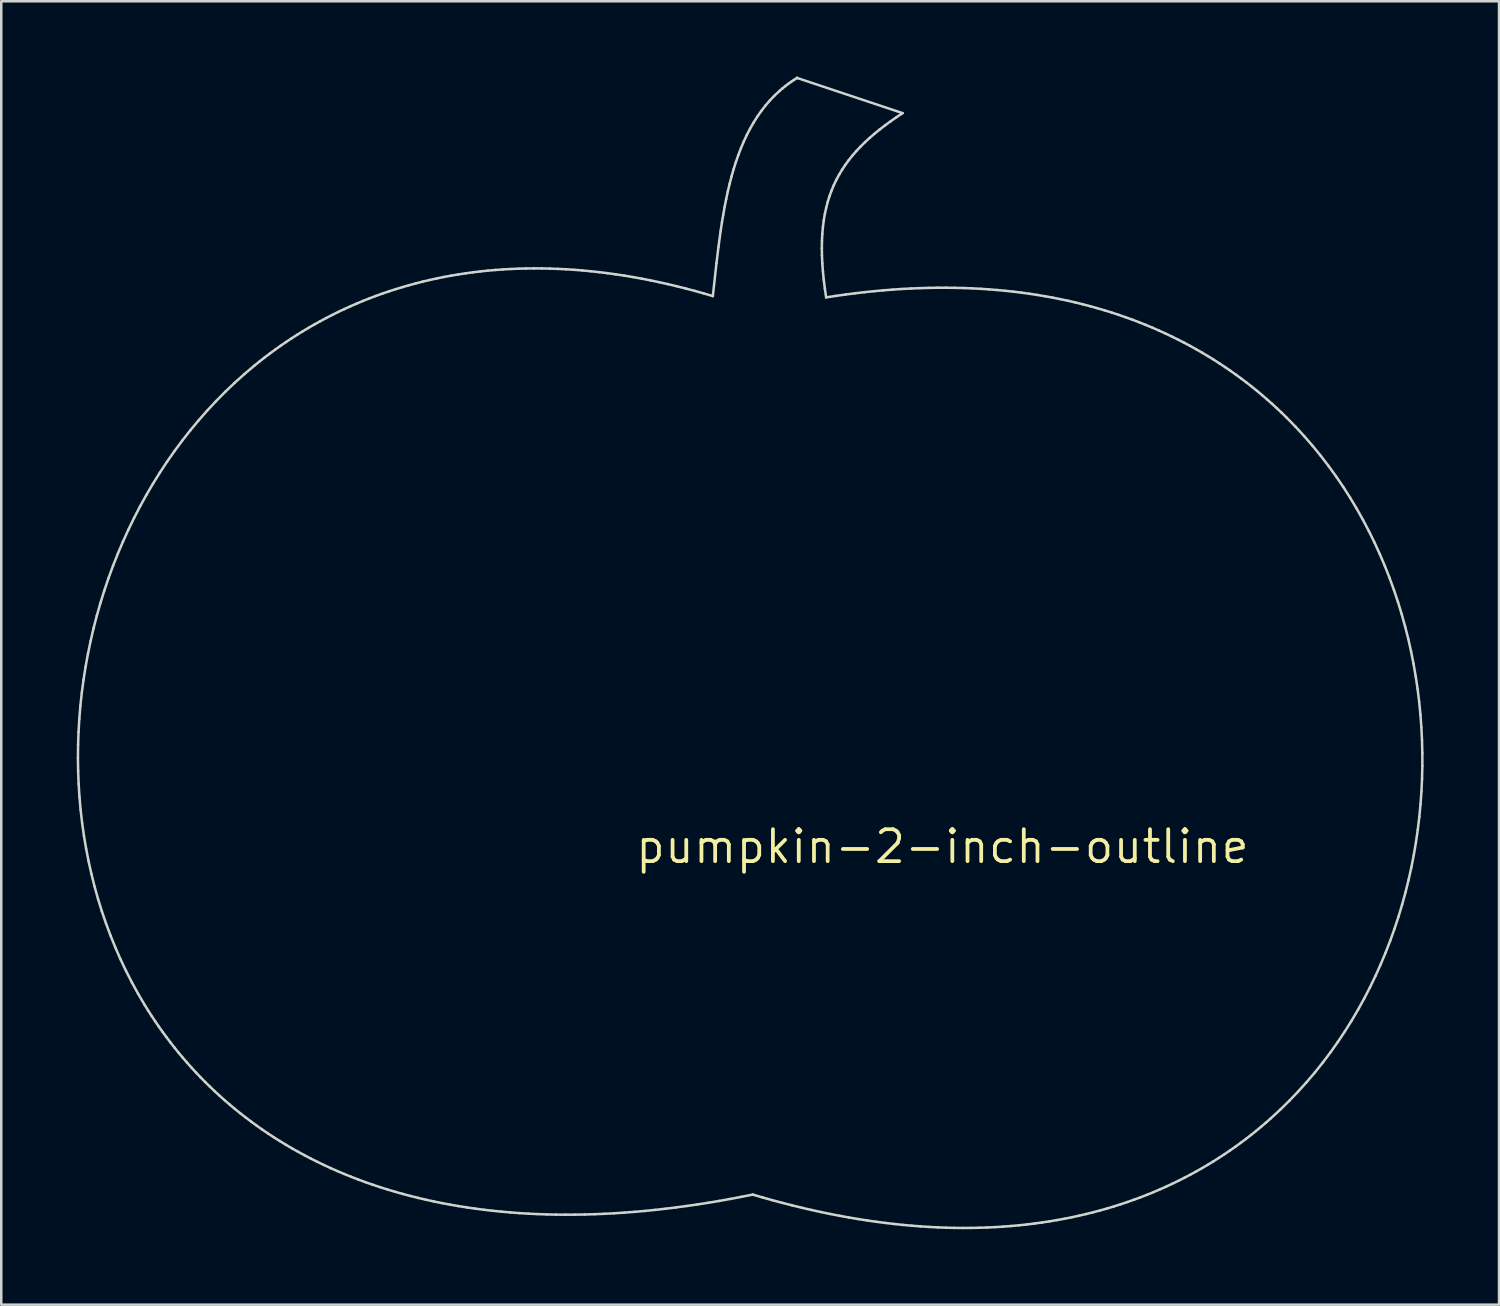
<source format=kicad_pcb>
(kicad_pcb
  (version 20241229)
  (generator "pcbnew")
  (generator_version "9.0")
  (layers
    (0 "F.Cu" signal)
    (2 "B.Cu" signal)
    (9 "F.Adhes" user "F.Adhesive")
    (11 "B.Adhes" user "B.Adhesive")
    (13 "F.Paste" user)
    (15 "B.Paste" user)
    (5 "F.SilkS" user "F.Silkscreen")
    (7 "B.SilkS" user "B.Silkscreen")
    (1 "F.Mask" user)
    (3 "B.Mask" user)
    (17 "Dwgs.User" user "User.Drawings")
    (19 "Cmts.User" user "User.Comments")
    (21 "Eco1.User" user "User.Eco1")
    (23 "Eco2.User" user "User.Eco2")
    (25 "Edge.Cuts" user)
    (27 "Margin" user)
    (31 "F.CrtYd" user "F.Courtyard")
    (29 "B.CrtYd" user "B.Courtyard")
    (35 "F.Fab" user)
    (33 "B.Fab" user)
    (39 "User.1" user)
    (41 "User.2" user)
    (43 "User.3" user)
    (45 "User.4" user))
  (footprint "pumpkin-2-inch-outline"
    (layer "F.Cu")
    (at 34.437 30.623)
    (property "Reference" "pumpkin-2-inch-outline" (at 0 0 0) (layer "F.SilkS") (effects (font (size 1.27 1.27) (thickness 0.15))))
    (attr through_hole)
    (fp_line (start -34.387 -3.527) (end -34.379 -3.008) (stroke (width 0.1) (type solid)) (layer "Edge.Cuts"))
    (fp_line (start -34.381 -4.047) (end -34.387 -3.527) (stroke (width 0.1) (type solid)) (layer "Edge.Cuts"))
    (fp_line (start -34.379 -3.008) (end -34.359 -2.49) (stroke (width 0.1) (type solid)) (layer "Edge.Cuts"))
    (fp_line (start -34.363 -4.566) (end -34.381 -4.047) (stroke (width 0.1) (type solid)) (layer "Edge.Cuts"))
    (fp_line (start -34.359 -2.49) (end -34.326 -1.973) (stroke (width 0.1) (type solid)) (layer "Edge.Cuts"))
    (fp_line (start -34.332 -5.085) (end -34.363 -4.566) (stroke (width 0.1) (type solid)) (layer "Edge.Cuts"))
    (fp_line (start -34.326 -1.973) (end -34.28 -1.458) (stroke (width 0.1) (type solid)) (layer "Edge.Cuts"))
    (fp_line (start -34.289 -5.604) (end -34.332 -5.085) (stroke (width 0.1) (type solid)) (layer "Edge.Cuts"))
    (fp_line (start -34.28 -1.458) (end -34.221 -0.944) (stroke (width 0.1) (type solid)) (layer "Edge.Cuts"))
    (fp_line (start -34.233 -6.122) (end -34.289 -5.604) (stroke (width 0.1) (type solid)) (layer "Edge.Cuts"))
    (fp_line (start -34.221 -0.944) (end -34.148 -0.433) (stroke (width 0.1) (type solid)) (layer "Edge.Cuts"))
    (fp_line (start -34.164 -6.638) (end -34.233 -6.122) (stroke (width 0.1) (type solid)) (layer "Edge.Cuts"))
    (fp_line (start -34.148 -0.433) (end -34.063 0.076) (stroke (width 0.1) (type solid)) (layer "Edge.Cuts"))
    (fp_line (start -34.083 -7.152) (end -34.164 -6.638) (stroke (width 0.1) (type solid)) (layer "Edge.Cuts"))
    (fp_line (start -34.063 0.076) (end -33.964 0.582) (stroke (width 0.1) (type solid)) (layer "Edge.Cuts"))
    (fp_line (start -33.989 -7.665) (end -34.083 -7.152) (stroke (width 0.1) (type solid)) (layer "Edge.Cuts"))
    (fp_line (start -33.964 0.582) (end -33.852 1.085) (stroke (width 0.1) (type solid)) (layer "Edge.Cuts"))
    (fp_line (start -33.883 -8.175) (end -33.989 -7.665) (stroke (width 0.1) (type solid)) (layer "Edge.Cuts"))
    (fp_line (start -33.852 1.085) (end -33.727 1.584) (stroke (width 0.1) (type solid)) (layer "Edge.Cuts"))
    (fp_line (start -33.765 -8.683) (end -33.883 -8.175) (stroke (width 0.1) (type solid)) (layer "Edge.Cuts"))
    (fp_line (start -33.727 1.584) (end -33.589 2.079) (stroke (width 0.1) (type solid)) (layer "Edge.Cuts"))
    (fp_line (start -33.635 -9.187) (end -33.765 -8.683) (stroke (width 0.1) (type solid)) (layer "Edge.Cuts"))
    (fp_line (start -33.589 2.079) (end -33.437 2.57) (stroke (width 0.1) (type solid)) (layer "Edge.Cuts"))
    (fp_line (start -33.492 -9.688) (end -33.635 -9.187) (stroke (width 0.1) (type solid)) (layer "Edge.Cuts"))
    (fp_line (start -33.437 2.57) (end -33.271 3.056) (stroke (width 0.1) (type solid)) (layer "Edge.Cuts"))
    (fp_line (start -33.337 -10.185) (end -33.492 -9.688) (stroke (width 0.1) (type solid)) (layer "Edge.Cuts"))
    (fp_line (start -33.271 3.056) (end -33.092 3.537) (stroke (width 0.1) (type solid)) (layer "Edge.Cuts"))
    (fp_line (start -33.17 -10.678) (end -33.337 -10.185) (stroke (width 0.1) (type solid)) (layer "Edge.Cuts"))
    (fp_line (start -33.092 3.537) (end -32.9 4.013) (stroke (width 0.1) (type solid)) (layer "Edge.Cuts"))
    (fp_line (start -32.991 -11.167) (end -33.17 -10.678) (stroke (width 0.1) (type solid)) (layer "Edge.Cuts"))
    (fp_line (start -32.9 4.013) (end -32.694 4.483) (stroke (width 0.1) (type solid)) (layer "Edge.Cuts"))
    (fp_line (start -32.799 -11.651) (end -32.991 -11.167) (stroke (width 0.1) (type solid)) (layer "Edge.Cuts"))
    (fp_line (start -32.694 4.483) (end -32.474 4.947) (stroke (width 0.1) (type solid)) (layer "Edge.Cuts"))
    (fp_line (start -32.596 -12.129) (end -32.799 -11.651) (stroke (width 0.1) (type solid)) (layer "Edge.Cuts"))
    (fp_line (start -32.474 4.947) (end -32.24 5.405) (stroke (width 0.1) (type solid)) (layer "Edge.Cuts"))
    (fp_line (start -32.381 -12.602) (end -32.596 -12.129) (stroke (width 0.1) (type solid)) (layer "Edge.Cuts"))
    (fp_line (start -32.24 5.405) (end -31.993 5.856) (stroke (width 0.1) (type solid)) (layer "Edge.Cuts"))
    (fp_line (start -32.154 -13.07) (end -32.381 -12.602) (stroke (width 0.1) (type solid)) (layer "Edge.Cuts"))
    (fp_line (start -31.993 5.856) (end -31.732 6.3) (stroke (width 0.1) (type solid)) (layer "Edge.Cuts"))
    (fp_line (start -31.916 -13.53) (end -32.154 -13.07) (stroke (width 0.1) (type solid)) (layer "Edge.Cuts"))
    (fp_line (start -31.732 6.3) (end -31.596 6.519) (stroke (width 0.1) (type solid)) (layer "Edge.Cuts"))
    (fp_line (start -31.665 -13.985) (end -31.916 -13.53) (stroke (width 0.1) (type solid)) (layer "Edge.Cuts"))
    (fp_line (start -31.596 6.519) (end -31.457 6.736) (stroke (width 0.1) (type solid)) (layer "Edge.Cuts"))
    (fp_line (start -31.457 6.736) (end -31.314 6.951) (stroke (width 0.1) (type solid)) (layer "Edge.Cuts"))
    (fp_line (start -31.403 -14.432) (end -31.665 -13.985) (stroke (width 0.1) (type solid)) (layer "Edge.Cuts"))
    (fp_line (start -31.314 6.951) (end -31.168 7.164) (stroke (width 0.1) (type solid)) (layer "Edge.Cuts"))
    (fp_line (start -31.168 7.164) (end -31.018 7.375) (stroke (width 0.1) (type solid)) (layer "Edge.Cuts"))
    (fp_line (start -31.13 -14.872) (end -31.403 -14.432) (stroke (width 0.1) (type solid)) (layer "Edge.Cuts"))
    (fp_line (start -31.018 7.375) (end -30.864 7.584) (stroke (width 0.1) (type solid)) (layer "Edge.Cuts"))
    (fp_line (start -30.864 7.584) (end -30.708 7.791) (stroke (width 0.1) (type solid)) (layer "Edge.Cuts"))
    (fp_line (start -30.845 -15.304) (end -31.13 -14.872) (stroke (width 0.1) (type solid)) (layer "Edge.Cuts"))
    (fp_line (start -30.708 7.791) (end -30.547 7.996) (stroke (width 0.1) (type solid)) (layer "Edge.Cuts"))
    (fp_line (start -30.548 -15.729) (end -30.845 -15.304) (stroke (width 0.1) (type solid)) (layer "Edge.Cuts"))
    (fp_line (start -30.547 7.996) (end -30.384 8.199) (stroke (width 0.1) (type solid)) (layer "Edge.Cuts"))
    (fp_line (start -30.384 8.199) (end -30.216 8.399) (stroke (width 0.1) (type solid)) (layer "Edge.Cuts"))
    (fp_line (start -30.24 -16.145) (end -30.548 -15.729) (stroke (width 0.1) (type solid)) (layer "Edge.Cuts"))
    (fp_line (start -30.216 8.399) (end -30.045 8.597) (stroke (width 0.1) (type solid)) (layer "Edge.Cuts"))
    (fp_line (start -30.045 8.597) (end -29.871 8.793) (stroke (width 0.1) (type solid)) (layer "Edge.Cuts"))
    (fp_line (start -29.92 -16.552) (end -30.24 -16.145) (stroke (width 0.1) (type solid)) (layer "Edge.Cuts"))
    (fp_line (start -29.871 8.793) (end -29.693 8.986) (stroke (width 0.1) (type solid)) (layer "Edge.Cuts"))
    (fp_line (start -29.693 8.986) (end -29.511 9.177) (stroke (width 0.1) (type solid)) (layer "Edge.Cuts"))
    (fp_line (start -29.589 -16.95) (end -29.92 -16.552) (stroke (width 0.1) (type solid)) (layer "Edge.Cuts"))
    (fp_line (start -29.511 9.177) (end -29.326 9.365) (stroke (width 0.1) (type solid)) (layer "Edge.Cuts"))
    (fp_line (start -29.326 9.365) (end -29.137 9.551) (stroke (width 0.1) (type solid)) (layer "Edge.Cuts"))
    (fp_line (start -29.247 -17.339) (end -29.589 -16.95) (stroke (width 0.1) (type solid)) (layer "Edge.Cuts"))
    (fp_line (start -29.137 9.551) (end -28.945 9.734) (stroke (width 0.1) (type solid)) (layer "Edge.Cuts"))
    (fp_line (start -28.945 9.734) (end -28.749 9.914) (stroke (width 0.1) (type solid)) (layer "Edge.Cuts"))
    (fp_line (start -28.893 -17.718) (end -29.247 -17.339) (stroke (width 0.1) (type solid)) (layer "Edge.Cuts"))
    (fp_line (start -28.749 9.914) (end -28.55 10.092) (stroke (width 0.1) (type solid)) (layer "Edge.Cuts"))
    (fp_line (start -28.55 10.092) (end -28.346 10.267) (stroke (width 0.1) (type solid)) (layer "Edge.Cuts"))
    (fp_line (start -28.529 -18.087) (end -28.893 -17.718) (stroke (width 0.1) (type solid)) (layer "Edge.Cuts"))
    (fp_line (start -28.346 10.267) (end -28.14 10.44) (stroke (width 0.1) (type solid)) (layer "Edge.Cuts"))
    (fp_line (start -28.153 -18.446) (end -28.529 -18.087) (stroke (width 0.1) (type solid)) (layer "Edge.Cuts"))
    (fp_line (start -28.14 10.44) (end -27.929 10.61) (stroke (width 0.1) (type solid)) (layer "Edge.Cuts"))
    (fp_line (start -27.929 10.61) (end -27.715 10.776) (stroke (width 0.1) (type solid)) (layer "Edge.Cuts"))
    (fp_line (start -27.766 -18.794) (end -28.153 -18.446) (stroke (width 0.1) (type solid)) (layer "Edge.Cuts"))
    (fp_line (start -27.715 10.776) (end -27.498 10.94) (stroke (width 0.1) (type solid)) (layer "Edge.Cuts"))
    (fp_line (start -27.498 10.94) (end -27.277 11.101) (stroke (width 0.1) (type solid)) (layer "Edge.Cuts"))
    (fp_line (start -27.368 -19.13) (end -27.766 -18.794) (stroke (width 0.1) (type solid)) (layer "Edge.Cuts"))
    (fp_line (start -27.277 11.101) (end -27.052 11.26) (stroke (width 0.1) (type solid)) (layer "Edge.Cuts"))
    (fp_line (start -27.165 -19.294) (end -27.368 -19.13) (stroke (width 0.1) (type solid)) (layer "Edge.Cuts"))
    (fp_line (start -27.052 11.26) (end -26.823 11.415) (stroke (width 0.1) (type solid)) (layer "Edge.Cuts"))
    (fp_line (start -26.959 -19.455) (end -27.165 -19.294) (stroke (width 0.1) (type solid)) (layer "Edge.Cuts"))
    (fp_line (start -26.823 11.415) (end -26.591 11.567) (stroke (width 0.1) (type solid)) (layer "Edge.Cuts"))
    (fp_line (start -26.75 -19.613) (end -26.959 -19.455) (stroke (width 0.1) (type solid)) (layer "Edge.Cuts"))
    (fp_line (start -26.591 11.567) (end -26.355 11.715) (stroke (width 0.1) (type solid)) (layer "Edge.Cuts"))
    (fp_line (start -26.539 -19.768) (end -26.75 -19.613) (stroke (width 0.1) (type solid)) (layer "Edge.Cuts"))
    (fp_line (start -26.355 11.715) (end -26.116 11.861) (stroke (width 0.1) (type solid)) (layer "Edge.Cuts"))
    (fp_line (start -26.325 -19.92) (end -26.539 -19.768) (stroke (width 0.1) (type solid)) (layer "Edge.Cuts"))
    (fp_line (start -26.116 11.861) (end -25.873 12.004) (stroke (width 0.1) (type solid)) (layer "Edge.Cuts"))
    (fp_line (start -26.108 -20.069) (end -26.325 -19.92) (stroke (width 0.1) (type solid)) (layer "Edge.Cuts"))
    (fp_line (start -25.889 -20.215) (end -26.108 -20.069) (stroke (width 0.1) (type solid)) (layer "Edge.Cuts"))
    (fp_line (start -25.873 12.004) (end -25.626 12.143) (stroke (width 0.1) (type solid)) (layer "Edge.Cuts"))
    (fp_line (start -25.667 -20.357) (end -25.889 -20.215) (stroke (width 0.1) (type solid)) (layer "Edge.Cuts"))
    (fp_line (start -25.626 12.143) (end -25.375 12.279) (stroke (width 0.1) (type solid)) (layer "Edge.Cuts"))
    (fp_line (start -25.442 -20.497) (end -25.667 -20.357) (stroke (width 0.1) (type solid)) (layer "Edge.Cuts"))
    (fp_line (start -25.375 12.279) (end -25.121 12.412) (stroke (width 0.1) (type solid)) (layer "Edge.Cuts"))
    (fp_line (start -25.214 -20.633) (end -25.442 -20.497) (stroke (width 0.1) (type solid)) (layer "Edge.Cuts"))
    (fp_line (start -25.121 12.412) (end -24.863 12.541) (stroke (width 0.1) (type solid)) (layer "Edge.Cuts"))
    (fp_line (start -24.984 -20.766) (end -25.214 -20.633) (stroke (width 0.1) (type solid)) (layer "Edge.Cuts"))
    (fp_line (start -24.863 12.541) (end -24.601 12.667) (stroke (width 0.1) (type solid)) (layer "Edge.Cuts"))
    (fp_line (start -24.751 -20.895) (end -24.984 -20.766) (stroke (width 0.1) (type solid)) (layer "Edge.Cuts"))
    (fp_line (start -24.601 12.667) (end -24.336 12.79) (stroke (width 0.1) (type solid)) (layer "Edge.Cuts"))
    (fp_line (start -24.516 -21.021) (end -24.751 -20.895) (stroke (width 0.1) (type solid)) (layer "Edge.Cuts"))
    (fp_line (start -24.336 12.79) (end -24.067 12.909) (stroke (width 0.1) (type solid)) (layer "Edge.Cuts"))
    (fp_line (start -24.278 -21.143) (end -24.516 -21.021) (stroke (width 0.1) (type solid)) (layer "Edge.Cuts"))
    (fp_line (start -24.067 12.909) (end -23.794 13.024) (stroke (width 0.1) (type solid)) (layer "Edge.Cuts"))
    (fp_line (start -24.037 -21.263) (end -24.278 -21.143) (stroke (width 0.1) (type solid)) (layer "Edge.Cuts"))
    (fp_line (start -23.794 13.024) (end -23.517 13.136) (stroke (width 0.1) (type solid)) (layer "Edge.Cuts"))
    (fp_line (start -23.793 -21.378) (end -24.037 -21.263) (stroke (width 0.1) (type solid)) (layer "Edge.Cuts"))
    (fp_line (start -23.547 -21.49) (end -23.793 -21.378) (stroke (width 0.1) (type solid)) (layer "Edge.Cuts"))
    (fp_line (start -23.517 13.136) (end -23.237 13.244) (stroke (width 0.1) (type solid)) (layer "Edge.Cuts"))
    (fp_line (start -23.299 -21.598) (end -23.547 -21.49) (stroke (width 0.1) (type solid)) (layer "Edge.Cuts"))
    (fp_line (start -23.237 13.244) (end -22.953 13.349) (stroke (width 0.1) (type solid)) (layer "Edge.Cuts"))
    (fp_line (start -23.047 -21.703) (end -23.299 -21.598) (stroke (width 0.1) (type solid)) (layer "Edge.Cuts"))
    (fp_line (start -22.953 13.349) (end -22.665 13.45) (stroke (width 0.1) (type solid)) (layer "Edge.Cuts"))
    (fp_line (start -22.793 -21.804) (end -23.047 -21.703) (stroke (width 0.1) (type solid)) (layer "Edge.Cuts"))
    (fp_line (start -22.665 13.45) (end -22.373 13.547) (stroke (width 0.1) (type solid)) (layer "Edge.Cuts"))
    (fp_line (start -22.537 -21.901) (end -22.793 -21.804) (stroke (width 0.1) (type solid)) (layer "Edge.Cuts"))
    (fp_line (start -22.373 13.547) (end -22.078 13.64) (stroke (width 0.1) (type solid)) (layer "Edge.Cuts"))
    (fp_line (start -22.278 -21.994) (end -22.537 -21.901) (stroke (width 0.1) (type solid)) (layer "Edge.Cuts"))
    (fp_line (start -22.078 13.64) (end -21.779 13.73) (stroke (width 0.1) (type solid)) (layer "Edge.Cuts"))
    (fp_line (start -22.016 -22.084) (end -22.278 -21.994) (stroke (width 0.1) (type solid)) (layer "Edge.Cuts"))
    (fp_line (start -21.779 13.73) (end -21.476 13.815) (stroke (width 0.1) (type solid)) (layer "Edge.Cuts"))
    (fp_line (start -21.752 -22.169) (end -22.016 -22.084) (stroke (width 0.1) (type solid)) (layer "Edge.Cuts"))
    (fp_line (start -21.485 -22.251) (end -21.752 -22.169) (stroke (width 0.1) (type solid)) (layer "Edge.Cuts"))
    (fp_line (start -21.476 13.815) (end -21.169 13.897) (stroke (width 0.1) (type solid)) (layer "Edge.Cuts"))
    (fp_line (start -21.215 -22.328) (end -21.485 -22.251) (stroke (width 0.1) (type solid)) (layer "Edge.Cuts"))
    (fp_line (start -21.169 13.897) (end -20.859 13.974) (stroke (width 0.1) (type solid)) (layer "Edge.Cuts"))
    (fp_line (start -20.943 -22.402) (end -21.215 -22.328) (stroke (width 0.1) (type solid)) (layer "Edge.Cuts"))
    (fp_line (start -20.859 13.974) (end -20.544 14.048) (stroke (width 0.1) (type solid)) (layer "Edge.Cuts"))
    (fp_line (start -20.668 -22.472) (end -20.943 -22.402) (stroke (width 0.1) (type solid)) (layer "Edge.Cuts"))
    (fp_line (start -20.544 14.048) (end -20.226 14.118) (stroke (width 0.1) (type solid)) (layer "Edge.Cuts"))
    (fp_line (start -20.391 -22.537) (end -20.668 -22.472) (stroke (width 0.1) (type solid)) (layer "Edge.Cuts"))
    (fp_line (start -20.226 14.118) (end -19.904 14.183) (stroke (width 0.1) (type solid)) (layer "Edge.Cuts"))
    (fp_line (start -20.111 -22.598) (end -20.391 -22.537) (stroke (width 0.1) (type solid)) (layer "Edge.Cuts"))
    (fp_line (start -19.904 14.183) (end -19.579 14.244) (stroke (width 0.1) (type solid)) (layer "Edge.Cuts"))
    (fp_line (start -19.829 -22.656) (end -20.111 -22.598) (stroke (width 0.1) (type solid)) (layer "Edge.Cuts"))
    (fp_line (start -19.579 14.244) (end -19.249 14.301) (stroke (width 0.1) (type solid)) (layer "Edge.Cuts"))
    (fp_line (start -19.544 -22.708) (end -19.829 -22.656) (stroke (width 0.1) (type solid)) (layer "Edge.Cuts"))
    (fp_line (start -19.257 -22.757) (end -19.544 -22.708) (stroke (width 0.1) (type solid)) (layer "Edge.Cuts"))
    (fp_line (start -19.249 14.301) (end -18.915 14.354) (stroke (width 0.1) (type solid)) (layer "Edge.Cuts"))
    (fp_line (start -18.967 -22.801) (end -19.257 -22.757) (stroke (width 0.1) (type solid)) (layer "Edge.Cuts"))
    (fp_line (start -18.915 14.354) (end -18.578 14.403) (stroke (width 0.1) (type solid)) (layer "Edge.Cuts"))
    (fp_line (start -18.675 -22.841) (end -18.967 -22.801) (stroke (width 0.1) (type solid)) (layer "Edge.Cuts"))
    (fp_line (start -18.578 14.403) (end -18.237 14.447) (stroke (width 0.1) (type solid)) (layer "Edge.Cuts"))
    (fp_line (start -18.38 -22.877) (end -18.675 -22.841) (stroke (width 0.1) (type solid)) (layer "Edge.Cuts"))
    (fp_line (start -18.237 14.447) (end -17.892 14.487) (stroke (width 0.1) (type solid)) (layer "Edge.Cuts"))
    (fp_line (start -18.083 -22.908) (end -18.38 -22.877) (stroke (width 0.1) (type solid)) (layer "Edge.Cuts"))
    (fp_line (start -17.892 14.487) (end -17.543 14.522) (stroke (width 0.1) (type solid)) (layer "Edge.Cuts"))
    (fp_line (start -17.783 -22.934) (end -18.083 -22.908) (stroke (width 0.1) (type solid)) (layer "Edge.Cuts"))
    (fp_line (start -17.543 14.522) (end -17.19 14.553) (stroke (width 0.1) (type solid)) (layer "Edge.Cuts"))
    (fp_line (start -17.48 -22.956) (end -17.783 -22.934) (stroke (width 0.1) (type solid)) (layer "Edge.Cuts"))
    (fp_line (start -17.19 14.553) (end -16.834 14.58) (stroke (width 0.1) (type solid)) (layer "Edge.Cuts"))
    (fp_line (start -17.175 -22.973) (end -17.48 -22.956) (stroke (width 0.1) (type solid)) (layer "Edge.Cuts"))
    (fp_line (start -16.868 -22.986) (end -17.175 -22.973) (stroke (width 0.1) (type solid)) (layer "Edge.Cuts"))
    (fp_line (start -16.834 14.58) (end -16.473 14.602) (stroke (width 0.1) (type solid)) (layer "Edge.Cuts"))
    (fp_line (start -16.558 -22.994) (end -16.868 -22.986) (stroke (width 0.1) (type solid)) (layer "Edge.Cuts"))
    (fp_line (start -16.473 14.602) (end -16.109 14.619) (stroke (width 0.1) (type solid)) (layer "Edge.Cuts"))
    (fp_line (start -16.246 -22.997) (end -16.558 -22.994) (stroke (width 0.1) (type solid)) (layer "Edge.Cuts"))
    (fp_line (start -16.109 14.619) (end -15.74 14.632) (stroke (width 0.1) (type solid)) (layer "Edge.Cuts"))
    (fp_line (start -15.931 -22.996) (end -16.246 -22.997) (stroke (width 0.1) (type solid)) (layer "Edge.Cuts"))
    (fp_line (start -15.74 14.632) (end -15.368 14.64) (stroke (width 0.1) (type solid)) (layer "Edge.Cuts"))
    (fp_line (start -15.614 -22.989) (end -15.931 -22.996) (stroke (width 0.1) (type solid)) (layer "Edge.Cuts"))
    (fp_line (start -15.368 14.64) (end -14.992 14.643) (stroke (width 0.1) (type solid)) (layer "Edge.Cuts"))
    (fp_line (start -15.295 -22.978) (end -15.614 -22.989) (stroke (width 0.1) (type solid)) (layer "Edge.Cuts"))
    (fp_line (start -14.992 14.643) (end -14.612 14.641) (stroke (width 0.1) (type solid)) (layer "Edge.Cuts"))
    (fp_line (start -14.973 -22.962) (end -15.295 -22.978) (stroke (width 0.1) (type solid)) (layer "Edge.Cuts"))
    (fp_line (start -14.648 -22.941) (end -14.973 -22.962) (stroke (width 0.1) (type solid)) (layer "Edge.Cuts"))
    (fp_line (start -14.612 14.641) (end -14.228 14.635) (stroke (width 0.1) (type solid)) (layer "Edge.Cuts"))
    (fp_line (start -14.321 -22.915) (end -14.648 -22.941) (stroke (width 0.1) (type solid)) (layer "Edge.Cuts"))
    (fp_line (start -14.228 14.635) (end -13.84 14.624) (stroke (width 0.1) (type solid)) (layer "Edge.Cuts"))
    (fp_line (start -13.992 -22.884) (end -14.321 -22.915) (stroke (width 0.1) (type solid)) (layer "Edge.Cuts"))
    (fp_line (start -13.84 14.624) (end -13.448 14.608) (stroke (width 0.1) (type solid)) (layer "Edge.Cuts"))
    (fp_line (start -13.66 -22.848) (end -13.992 -22.884) (stroke (width 0.1) (type solid)) (layer "Edge.Cuts"))
    (fp_line (start -13.448 14.608) (end -13.052 14.587) (stroke (width 0.1) (type solid)) (layer "Edge.Cuts"))
    (fp_line (start -13.326 -22.807) (end -13.66 -22.848) (stroke (width 0.1) (type solid)) (layer "Edge.Cuts"))
    (fp_line (start -13.052 14.587) (end -12.652 14.561) (stroke (width 0.1) (type solid)) (layer "Edge.Cuts"))
    (fp_line (start -12.99 -22.76) (end -13.326 -22.807) (stroke (width 0.1) (type solid)) (layer "Edge.Cuts"))
    (fp_line (start -12.652 14.561) (end -12.249 14.53) (stroke (width 0.1) (type solid)) (layer "Edge.Cuts"))
    (fp_line (start -12.651 -22.709) (end -12.99 -22.76) (stroke (width 0.1) (type solid)) (layer "Edge.Cuts"))
    (fp_line (start -12.31 -22.652) (end -12.651 -22.709) (stroke (width 0.1) (type solid)) (layer "Edge.Cuts"))
    (fp_line (start -12.249 14.53) (end -11.841 14.494) (stroke (width 0.1) (type solid)) (layer "Edge.Cuts"))
    (fp_line (start -11.966 -22.59) (end -12.31 -22.652) (stroke (width 0.1) (type solid)) (layer "Edge.Cuts"))
    (fp_line (start -11.841 14.494) (end -11.429 14.452) (stroke (width 0.1) (type solid)) (layer "Edge.Cuts"))
    (fp_line (start -11.62 -22.522) (end -11.966 -22.59) (stroke (width 0.1) (type solid)) (layer "Edge.Cuts"))
    (fp_line (start -11.429 14.452) (end -11.014 14.406) (stroke (width 0.1) (type solid)) (layer "Edge.Cuts"))
    (fp_line (start -11.272 -22.449) (end -11.62 -22.522) (stroke (width 0.1) (type solid)) (layer "Edge.Cuts"))
    (fp_line (start -11.014 14.406) (end -10.594 14.354) (stroke (width 0.1) (type solid)) (layer "Edge.Cuts"))
    (fp_line (start -10.921 -22.371) (end -11.272 -22.449) (stroke (width 0.1) (type solid)) (layer "Edge.Cuts"))
    (fp_line (start -10.594 14.354) (end -10.17 14.297) (stroke (width 0.1) (type solid)) (layer "Edge.Cuts"))
    (fp_line (start -10.568 -22.287) (end -10.921 -22.371) (stroke (width 0.1) (type solid)) (layer "Edge.Cuts"))
    (fp_line (start -10.213 -22.198) (end -10.568 -22.287) (stroke (width 0.1) (type solid)) (layer "Edge.Cuts"))
    (fp_line (start -10.17 14.297) (end -9.743 14.235) (stroke (width 0.1) (type solid)) (layer "Edge.Cuts"))
    (fp_line (start -9.855 -22.103) (end -10.213 -22.198) (stroke (width 0.1) (type solid)) (layer "Edge.Cuts"))
    (fp_line (start -9.743 14.235) (end -9.311 14.168) (stroke (width 0.1) (type solid)) (layer "Edge.Cuts"))
    (fp_line (start -9.495 -22.002) (end -9.855 -22.103) (stroke (width 0.1) (type solid)) (layer "Edge.Cuts"))
    (fp_line (start -9.311 14.168) (end -8.875 14.095) (stroke (width 0.1) (type solid)) (layer "Edge.Cuts"))
    (fp_line (start -9.133 -21.896) (end -9.495 -22.002) (stroke (width 0.1) (type solid)) (layer "Edge.Cuts"))
    (fp_line (start -8.988 -23.209) (end -9.133 -21.896) (stroke (width 0.1) (type solid)) (layer "Edge.Cuts"))
    (fp_line (start -8.908 -23.86) (end -8.988 -23.209) (stroke (width 0.1) (type solid)) (layer "Edge.Cuts"))
    (fp_line (start -8.875 14.095) (end -8.436 14.016) (stroke (width 0.1) (type solid)) (layer "Edge.Cuts"))
    (fp_line (start -8.82 -24.503) (end -8.908 -23.86) (stroke (width 0.1) (type solid)) (layer "Edge.Cuts"))
    (fp_line (start -8.772 -24.821) (end -8.82 -24.503) (stroke (width 0.1) (type solid)) (layer "Edge.Cuts"))
    (fp_line (start -8.719 -25.136) (end -8.772 -24.821) (stroke (width 0.1) (type solid)) (layer "Edge.Cuts"))
    (fp_line (start -8.663 -25.448) (end -8.719 -25.136) (stroke (width 0.1) (type solid)) (layer "Edge.Cuts"))
    (fp_line (start -8.602 -25.756) (end -8.663 -25.448) (stroke (width 0.1) (type solid)) (layer "Edge.Cuts"))
    (fp_line (start -8.537 -26.059) (end -8.602 -25.756) (stroke (width 0.1) (type solid)) (layer "Edge.Cuts"))
    (fp_line (start -8.466 -26.359) (end -8.537 -26.059) (stroke (width 0.1) (type solid)) (layer "Edge.Cuts"))
    (fp_line (start -8.436 14.016) (end -7.992 13.932) (stroke (width 0.1) (type solid)) (layer "Edge.Cuts"))
    (fp_line (start -8.389 -26.653) (end -8.466 -26.359) (stroke (width 0.1) (type solid)) (layer "Edge.Cuts"))
    (fp_line (start -8.306 -26.943) (end -8.389 -26.653) (stroke (width 0.1) (type solid)) (layer "Edge.Cuts"))
    (fp_line (start -8.217 -27.226) (end -8.306 -26.943) (stroke (width 0.1) (type solid)) (layer "Edge.Cuts"))
    (fp_line (start -8.12 -27.504) (end -8.217 -27.226) (stroke (width 0.1) (type solid)) (layer "Edge.Cuts"))
    (fp_line (start -8.016 -27.776) (end -8.12 -27.504) (stroke (width 0.1) (type solid)) (layer "Edge.Cuts"))
    (fp_line (start -7.992 13.932) (end -7.544 13.843) (stroke (width 0.1) (type solid)) (layer "Edge.Cuts"))
    (fp_line (start -7.904 -28.041) (end -8.016 -27.776) (stroke (width 0.1) (type solid)) (layer "Edge.Cuts"))
    (fp_line (start -7.784 -28.299) (end -7.904 -28.041) (stroke (width 0.1) (type solid)) (layer "Edge.Cuts"))
    (fp_line (start -7.654 -28.55) (end -7.784 -28.299) (stroke (width 0.1) (type solid)) (layer "Edge.Cuts"))
    (fp_line (start -7.544 13.843) (end -7.149 13.959) (stroke (width 0.1) (type solid)) (layer "Edge.Cuts"))
    (fp_line (start -7.516 -28.793) (end -7.654 -28.55) (stroke (width 0.1) (type solid)) (layer "Edge.Cuts"))
    (fp_line (start -7.368 -29.028) (end -7.516 -28.793) (stroke (width 0.1) (type solid)) (layer "Edge.Cuts"))
    (fp_line (start -7.21 -29.254) (end -7.368 -29.028) (stroke (width 0.1) (type solid)) (layer "Edge.Cuts"))
    (fp_line (start -7.149 13.959) (end -6.756 14.069) (stroke (width 0.1) (type solid)) (layer "Edge.Cuts"))
    (fp_line (start -7.041 -29.472) (end -7.21 -29.254) (stroke (width 0.1) (type solid)) (layer "Edge.Cuts"))
    (fp_line (start -6.861 -29.681) (end -7.041 -29.472) (stroke (width 0.1) (type solid)) (layer "Edge.Cuts"))
    (fp_line (start -6.756 14.069) (end -6.367 14.173) (stroke (width 0.1) (type solid)) (layer "Edge.Cuts"))
    (fp_line (start -6.67 -29.88) (end -6.861 -29.681) (stroke (width 0.1) (type solid)) (layer "Edge.Cuts"))
    (fp_line (start -6.466 -30.069) (end -6.67 -29.88) (stroke (width 0.1) (type solid)) (layer "Edge.Cuts"))
    (fp_line (start -6.367 14.173) (end -5.98 14.272) (stroke (width 0.1) (type solid)) (layer "Edge.Cuts"))
    (fp_line (start -6.36 -30.16) (end -6.466 -30.069) (stroke (width 0.1) (type solid)) (layer "Edge.Cuts"))
    (fp_line (start -6.251 -30.248) (end -6.36 -30.16) (stroke (width 0.1) (type solid)) (layer "Edge.Cuts"))
    (fp_line (start -6.139 -30.333) (end -6.251 -30.248) (stroke (width 0.1) (type solid)) (layer "Edge.Cuts"))
    (fp_line (start -6.023 -30.416) (end -6.139 -30.333) (stroke (width 0.1) (type solid)) (layer "Edge.Cuts"))
    (fp_line (start -5.98 14.272) (end -5.597 14.366) (stroke (width 0.1) (type solid)) (layer "Edge.Cuts"))
    (fp_line (start -5.904 -30.496) (end -6.023 -30.416) (stroke (width 0.1) (type solid)) (layer "Edge.Cuts"))
    (fp_line (start -5.782 -30.573) (end -5.904 -30.496) (stroke (width 0.1) (type solid)) (layer "Edge.Cuts"))
    (fp_line (start -5.782 -30.573) (end -5.782 -30.573) (stroke (width 0.1) (type solid)) (layer "Edge.Cuts"))
    (fp_line (start -5.782 -30.572) (end -5.782 -30.573) (stroke (width 0.1) (type solid)) (layer "Edge.Cuts"))
    (fp_line (start -5.597 14.366) (end -5.216 14.454) (stroke (width 0.1) (type solid)) (layer "Edge.Cuts"))
    (fp_line (start -5.216 14.454) (end -4.838 14.537) (stroke (width 0.1) (type solid)) (layer "Edge.Cuts"))
    (fp_line (start -4.838 14.537) (end -4.463 14.615) (stroke (width 0.1) (type solid)) (layer "Edge.Cuts"))
    (fp_line (start -4.797 -23.805) (end -4.792 -24.094) (stroke (width 0.1) (type solid)) (layer "Edge.Cuts"))
    (fp_line (start -4.792 -23.506) (end -4.797 -23.805) (stroke (width 0.1) (type solid)) (layer "Edge.Cuts"))
    (fp_line (start -4.792 -24.094) (end -4.778 -24.374) (stroke (width 0.1) (type solid)) (layer "Edge.Cuts"))
    (fp_line (start -4.778 -23.196) (end -4.792 -23.506) (stroke (width 0.1) (type solid)) (layer "Edge.Cuts"))
    (fp_line (start -4.778 -24.374) (end -4.754 -24.645) (stroke (width 0.1) (type solid)) (layer "Edge.Cuts"))
    (fp_line (start -4.754 -22.875) (end -4.778 -23.196) (stroke (width 0.1) (type solid)) (layer "Edge.Cuts"))
    (fp_line (start -4.754 -24.645) (end -4.721 -24.906) (stroke (width 0.1) (type solid)) (layer "Edge.Cuts"))
    (fp_line (start -4.721 -22.543) (end -4.754 -22.875) (stroke (width 0.1) (type solid)) (layer "Edge.Cuts"))
    (fp_line (start -4.721 -24.906) (end -4.678 -25.159) (stroke (width 0.1) (type solid)) (layer "Edge.Cuts"))
    (fp_line (start -4.678 -22.2) (end -4.721 -22.543) (stroke (width 0.1) (type solid)) (layer "Edge.Cuts"))
    (fp_line (start -4.678 -25.159) (end -4.625 -25.404) (stroke (width 0.1) (type solid)) (layer "Edge.Cuts"))
    (fp_line (start -4.626 -21.844) (end -4.678 -22.2) (stroke (width 0.1) (type solid)) (layer "Edge.Cuts"))
    (fp_line (start -4.625 -25.404) (end -4.563 -25.641) (stroke (width 0.1) (type solid)) (layer "Edge.Cuts"))
    (fp_line (start -4.563 -25.641) (end -4.492 -25.871) (stroke (width 0.1) (type solid)) (layer "Edge.Cuts"))
    (fp_line (start -4.492 -25.871) (end -4.411 -26.093) (stroke (width 0.1) (type solid)) (layer "Edge.Cuts"))
    (fp_line (start -4.463 14.615) (end -4.091 14.687) (stroke (width 0.1) (type solid)) (layer "Edge.Cuts"))
    (fp_line (start -4.411 -26.093) (end -4.321 -26.309) (stroke (width 0.1) (type solid)) (layer "Edge.Cuts"))
    (fp_line (start -4.321 -26.309) (end -4.221 -26.519) (stroke (width 0.1) (type solid)) (layer "Edge.Cuts"))
    (fp_line (start -4.238 -21.903) (end -4.626 -21.844) (stroke (width 0.1) (type solid)) (layer "Edge.Cuts"))
    (fp_line (start -4.221 -26.519) (end -4.111 -26.723) (stroke (width 0.1) (type solid)) (layer "Edge.Cuts"))
    (fp_line (start -4.111 -26.723) (end -3.992 -26.921) (stroke (width 0.1) (type solid)) (layer "Edge.Cuts"))
    (fp_line (start -4.091 14.687) (end -3.722 14.754) (stroke (width 0.1) (type solid)) (layer "Edge.Cuts"))
    (fp_line (start -3.992 -26.921) (end -3.864 -27.115) (stroke (width 0.1) (type solid)) (layer "Edge.Cuts"))
    (fp_line (start -3.864 -27.115) (end -3.726 -27.303) (stroke (width 0.1) (type solid)) (layer "Edge.Cuts"))
    (fp_line (start -3.854 -21.958) (end -4.238 -21.903) (stroke (width 0.1) (type solid)) (layer "Edge.Cuts"))
    (fp_line (start -3.726 -27.303) (end -3.579 -27.487) (stroke (width 0.1) (type solid)) (layer "Edge.Cuts"))
    (fp_line (start -3.722 14.754) (end -3.355 14.816) (stroke (width 0.1) (type solid)) (layer "Edge.Cuts"))
    (fp_line (start -3.579 -27.487) (end -3.422 -27.668) (stroke (width 0.1) (type solid)) (layer "Edge.Cuts"))
    (fp_line (start -3.474 -22.007) (end -3.854 -21.958) (stroke (width 0.1) (type solid)) (layer "Edge.Cuts"))
    (fp_line (start -3.422 -27.668) (end -3.255 -27.844) (stroke (width 0.1) (type solid)) (layer "Edge.Cuts"))
    (fp_line (start -3.355 14.816) (end -2.992 14.873) (stroke (width 0.1) (type solid)) (layer "Edge.Cuts"))
    (fp_line (start -3.255 -27.844) (end -3.08 -28.018) (stroke (width 0.1) (type solid)) (layer "Edge.Cuts"))
    (fp_line (start -3.096 -22.051) (end -3.474 -22.007) (stroke (width 0.1) (type solid)) (layer "Edge.Cuts"))
    (fp_line (start -3.08 -28.018) (end -2.894 -28.188) (stroke (width 0.1) (type solid)) (layer "Edge.Cuts"))
    (fp_line (start -2.992 14.873) (end -2.631 14.925) (stroke (width 0.1) (type solid)) (layer "Edge.Cuts"))
    (fp_line (start -2.894 -28.188) (end -2.7 -28.356) (stroke (width 0.1) (type solid)) (layer "Edge.Cuts"))
    (fp_line (start -2.722 -22.09) (end -3.096 -22.051) (stroke (width 0.1) (type solid)) (layer "Edge.Cuts"))
    (fp_line (start -2.7 -28.356) (end -2.496 -28.522) (stroke (width 0.1) (type solid)) (layer "Edge.Cuts"))
    (fp_line (start -2.631 14.925) (end -2.274 14.971) (stroke (width 0.1) (type solid)) (layer "Edge.Cuts"))
    (fp_line (start -2.496 -28.522) (end -2.282 -28.687) (stroke (width 0.1) (type solid)) (layer "Edge.Cuts"))
    (fp_line (start -2.351 -22.124) (end -2.722 -22.09) (stroke (width 0.1) (type solid)) (layer "Edge.Cuts"))
    (fp_line (start -2.282 -28.687) (end -2.059 -28.85) (stroke (width 0.1) (type solid)) (layer "Edge.Cuts"))
    (fp_line (start -2.274 14.971) (end -1.919 15.013) (stroke (width 0.1) (type solid)) (layer "Edge.Cuts"))
    (fp_line (start -2.059 -28.85) (end -1.827 -29.012) (stroke (width 0.1) (type solid)) (layer "Edge.Cuts"))
    (fp_line (start -1.983 -22.153) (end -2.351 -22.124) (stroke (width 0.1) (type solid)) (layer "Edge.Cuts"))
    (fp_line (start -1.919 15.013) (end -1.567 15.05) (stroke (width 0.1) (type solid)) (layer "Edge.Cuts"))
    (fp_line (start -1.827 -29.012) (end -1.585 -29.173) (stroke (width 0.1) (type solid)) (layer "Edge.Cuts"))
    (fp_line (start -1.619 -22.178) (end -1.983 -22.153) (stroke (width 0.1) (type solid)) (layer "Edge.Cuts"))
    (fp_line (start -1.585 -29.173) (end -5.782 -30.572) (stroke (width 0.1) (type solid)) (layer "Edge.Cuts"))
    (fp_line (start -1.567 15.05) (end -1.219 15.081) (stroke (width 0.1) (type solid)) (layer "Edge.Cuts"))
    (fp_line (start -1.258 -22.197) (end -1.619 -22.178) (stroke (width 0.1) (type solid)) (layer "Edge.Cuts"))
    (fp_line (start -1.219 15.081) (end -0.873 15.108) (stroke (width 0.1) (type solid)) (layer "Edge.Cuts"))
    (fp_line (start -0.9 -22.212) (end -1.258 -22.197) (stroke (width 0.1) (type solid)) (layer "Edge.Cuts"))
    (fp_line (start -0.873 15.108) (end -0.53 15.13) (stroke (width 0.1) (type solid)) (layer "Edge.Cuts"))
    (fp_line (start -0.545 -22.222) (end -0.9 -22.212) (stroke (width 0.1) (type solid)) (layer "Edge.Cuts"))
    (fp_line (start -0.53 15.13) (end -0.19 15.147) (stroke (width 0.1) (type solid)) (layer "Edge.Cuts"))
    (fp_line (start -0.193 -22.228) (end -0.545 -22.222) (stroke (width 0.1) (type solid)) (layer "Edge.Cuts"))
    (fp_line (start -0.19 15.147) (end 0.147 15.16) (stroke (width 0.1) (type solid)) (layer "Edge.Cuts"))
    (fp_line (start 0.147 15.16) (end 0.482 15.168) (stroke (width 0.1) (type solid)) (layer "Edge.Cuts"))
    (fp_line (start 0.155 -22.228) (end -0.193 -22.228) (stroke (width 0.1) (type solid)) (layer "Edge.Cuts"))
    (fp_line (start 0.482 15.168) (end 0.813 15.171) (stroke (width 0.1) (type solid)) (layer "Edge.Cuts"))
    (fp_line (start 0.5 -22.224) (end 0.155 -22.228) (stroke (width 0.1) (type solid)) (layer "Edge.Cuts"))
    (fp_line (start 0.813 15.171) (end 1.141 15.169) (stroke (width 0.1) (type solid)) (layer "Edge.Cuts"))
    (fp_line (start 0.842 -22.216) (end 0.5 -22.224) (stroke (width 0.1) (type solid)) (layer "Edge.Cuts"))
    (fp_line (start 1.141 15.169) (end 1.467 15.163) (stroke (width 0.1) (type solid)) (layer "Edge.Cuts"))
    (fp_line (start 1.181 -22.203) (end 0.842 -22.216) (stroke (width 0.1) (type solid)) (layer "Edge.Cuts"))
    (fp_line (start 1.467 15.163) (end 1.789 15.152) (stroke (width 0.1) (type solid)) (layer "Edge.Cuts"))
    (fp_line (start 1.516 -22.185) (end 1.181 -22.203) (stroke (width 0.1) (type solid)) (layer "Edge.Cuts"))
    (fp_line (start 1.789 15.152) (end 2.109 15.137) (stroke (width 0.1) (type solid)) (layer "Edge.Cuts"))
    (fp_line (start 1.849 -22.163) (end 1.516 -22.185) (stroke (width 0.1) (type solid)) (layer "Edge.Cuts"))
    (fp_line (start 2.109 15.137) (end 2.425 15.117) (stroke (width 0.1) (type solid)) (layer "Edge.Cuts"))
    (fp_line (start 2.178 -22.137) (end 1.849 -22.163) (stroke (width 0.1) (type solid)) (layer "Edge.Cuts"))
    (fp_line (start 2.425 15.117) (end 2.739 15.093) (stroke (width 0.1) (type solid)) (layer "Edge.Cuts"))
    (fp_line (start 2.504 -22.106) (end 2.178 -22.137) (stroke (width 0.1) (type solid)) (layer "Edge.Cuts"))
    (fp_line (start 2.739 15.093) (end 3.05 15.064) (stroke (width 0.1) (type solid)) (layer "Edge.Cuts"))
    (fp_line (start 2.826 -22.071) (end 2.504 -22.106) (stroke (width 0.1) (type solid)) (layer "Edge.Cuts"))
    (fp_line (start 3.05 15.064) (end 3.358 15.032) (stroke (width 0.1) (type solid)) (layer "Edge.Cuts"))
    (fp_line (start 3.146 -22.032) (end 2.826 -22.071) (stroke (width 0.1) (type solid)) (layer "Edge.Cuts"))
    (fp_line (start 3.358 15.032) (end 3.663 14.994) (stroke (width 0.1) (type solid)) (layer "Edge.Cuts"))
    (fp_line (start 3.462 -21.988) (end 3.146 -22.032) (stroke (width 0.1) (type solid)) (layer "Edge.Cuts"))
    (fp_line (start 3.663 14.994) (end 3.965 14.953) (stroke (width 0.1) (type solid)) (layer "Edge.Cuts"))
    (fp_line (start 3.775 -21.941) (end 3.462 -21.988) (stroke (width 0.1) (type solid)) (layer "Edge.Cuts"))
    (fp_line (start 3.965 14.953) (end 4.264 14.907) (stroke (width 0.1) (type solid)) (layer "Edge.Cuts"))
    (fp_line (start 4.085 -21.889) (end 3.775 -21.941) (stroke (width 0.1) (type solid)) (layer "Edge.Cuts"))
    (fp_line (start 4.264 14.907) (end 4.56 14.857) (stroke (width 0.1) (type solid)) (layer "Edge.Cuts"))
    (fp_line (start 4.391 -21.833) (end 4.085 -21.889) (stroke (width 0.1) (type solid)) (layer "Edge.Cuts"))
    (fp_line (start 4.56 14.857) (end 4.853 14.804) (stroke (width 0.1) (type solid)) (layer "Edge.Cuts"))
    (fp_line (start 4.694 -21.773) (end 4.391 -21.833) (stroke (width 0.1) (type solid)) (layer "Edge.Cuts"))
    (fp_line (start 4.853 14.804) (end 5.143 14.746) (stroke (width 0.1) (type solid)) (layer "Edge.Cuts"))
    (fp_line (start 4.995 -21.709) (end 4.694 -21.773) (stroke (width 0.1) (type solid)) (layer "Edge.Cuts"))
    (fp_line (start 5.143 14.746) (end 5.43 14.683) (stroke (width 0.1) (type solid)) (layer "Edge.Cuts"))
    (fp_line (start 5.291 -21.641) (end 4.995 -21.709) (stroke (width 0.1) (type solid)) (layer "Edge.Cuts"))
    (fp_line (start 5.43 14.683) (end 5.715 14.617) (stroke (width 0.1) (type solid)) (layer "Edge.Cuts"))
    (fp_line (start 5.585 -21.569) (end 5.291 -21.641) (stroke (width 0.1) (type solid)) (layer "Edge.Cuts"))
    (fp_line (start 5.715 14.617) (end 5.996 14.547) (stroke (width 0.1) (type solid)) (layer "Edge.Cuts"))
    (fp_line (start 5.876 -21.493) (end 5.585 -21.569) (stroke (width 0.1) (type solid)) (layer "Edge.Cuts"))
    (fp_line (start 5.996 14.547) (end 6.274 14.473) (stroke (width 0.1) (type solid)) (layer "Edge.Cuts"))
    (fp_line (start 6.163 -21.413) (end 5.876 -21.493) (stroke (width 0.1) (type solid)) (layer "Edge.Cuts"))
    (fp_line (start 6.274 14.473) (end 6.55 14.396) (stroke (width 0.1) (type solid)) (layer "Edge.Cuts"))
    (fp_line (start 6.447 -21.329) (end 6.163 -21.413) (stroke (width 0.1) (type solid)) (layer "Edge.Cuts"))
    (fp_line (start 6.55 14.396) (end 6.822 14.314) (stroke (width 0.1) (type solid)) (layer "Edge.Cuts"))
    (fp_line (start 6.728 -21.242) (end 6.447 -21.329) (stroke (width 0.1) (type solid)) (layer "Edge.Cuts"))
    (fp_line (start 6.822 14.314) (end 7.092 14.228) (stroke (width 0.1) (type solid)) (layer "Edge.Cuts"))
    (fp_line (start 7.006 -21.151) (end 6.728 -21.242) (stroke (width 0.1) (type solid)) (layer "Edge.Cuts"))
    (fp_line (start 7.092 14.228) (end 7.359 14.139) (stroke (width 0.1) (type solid)) (layer "Edge.Cuts"))
    (fp_line (start 7.28 -21.056) (end 7.006 -21.151) (stroke (width 0.1) (type solid)) (layer "Edge.Cuts"))
    (fp_line (start 7.359 14.139) (end 7.622 14.046) (stroke (width 0.1) (type solid)) (layer "Edge.Cuts"))
    (fp_line (start 7.552 -20.958) (end 7.28 -21.056) (stroke (width 0.1) (type solid)) (layer "Edge.Cuts"))
    (fp_line (start 7.622 14.046) (end 7.883 13.95) (stroke (width 0.1) (type solid)) (layer "Edge.Cuts"))
    (fp_line (start 7.82 -20.856) (end 7.552 -20.958) (stroke (width 0.1) (type solid)) (layer "Edge.Cuts"))
    (fp_line (start 7.883 13.95) (end 8.141 13.85) (stroke (width 0.1) (type solid)) (layer "Edge.Cuts"))
    (fp_line (start 8.085 -20.75) (end 7.82 -20.856) (stroke (width 0.1) (type solid)) (layer "Edge.Cuts"))
    (fp_line (start 8.141 13.85) (end 8.395 13.746) (stroke (width 0.1) (type solid)) (layer "Edge.Cuts"))
    (fp_line (start 8.347 -20.641) (end 8.085 -20.75) (stroke (width 0.1) (type solid)) (layer "Edge.Cuts"))
    (fp_line (start 8.395 13.746) (end 8.647 13.638) (stroke (width 0.1) (type solid)) (layer "Edge.Cuts"))
    (fp_line (start 8.605 -20.528) (end 8.347 -20.641) (stroke (width 0.1) (type solid)) (layer "Edge.Cuts"))
    (fp_line (start 8.647 13.638) (end 8.896 13.528) (stroke (width 0.1) (type solid)) (layer "Edge.Cuts"))
    (fp_line (start 8.861 -20.412) (end 8.605 -20.528) (stroke (width 0.1) (type solid)) (layer "Edge.Cuts"))
    (fp_line (start 8.896 13.528) (end 9.142 13.413) (stroke (width 0.1) (type solid)) (layer "Edge.Cuts"))
    (fp_line (start 9.113 -20.293) (end 8.861 -20.412) (stroke (width 0.1) (type solid)) (layer "Edge.Cuts"))
    (fp_line (start 9.142 13.413) (end 9.385 13.296) (stroke (width 0.1) (type solid)) (layer "Edge.Cuts"))
    (fp_line (start 9.362 -20.17) (end 9.113 -20.293) (stroke (width 0.1) (type solid)) (layer "Edge.Cuts"))
    (fp_line (start 9.385 13.296) (end 9.625 13.174) (stroke (width 0.1) (type solid)) (layer "Edge.Cuts"))
    (fp_line (start 9.608 -20.044) (end 9.362 -20.17) (stroke (width 0.1) (type solid)) (layer "Edge.Cuts"))
    (fp_line (start 9.625 13.174) (end 9.862 13.05) (stroke (width 0.1) (type solid)) (layer "Edge.Cuts"))
    (fp_line (start 9.85 -19.915) (end 9.608 -20.044) (stroke (width 0.1) (type solid)) (layer "Edge.Cuts"))
    (fp_line (start 9.862 13.05) (end 10.096 12.922) (stroke (width 0.1) (type solid)) (layer "Edge.Cuts"))
    (fp_line (start 10.09 -19.782) (end 9.85 -19.915) (stroke (width 0.1) (type solid)) (layer "Edge.Cuts"))
    (fp_line (start 10.096 12.922) (end 10.327 12.791) (stroke (width 0.1) (type solid)) (layer "Edge.Cuts"))
    (fp_line (start 10.326 -19.646) (end 10.09 -19.782) (stroke (width 0.1) (type solid)) (layer "Edge.Cuts"))
    (fp_line (start 10.327 12.791) (end 10.555 12.657) (stroke (width 0.1) (type solid)) (layer "Edge.Cuts"))
    (fp_line (start 10.555 12.657) (end 10.78 12.52) (stroke (width 0.1) (type solid)) (layer "Edge.Cuts"))
    (fp_line (start 10.559 -19.508) (end 10.326 -19.646) (stroke (width 0.1) (type solid)) (layer "Edge.Cuts"))
    (fp_line (start 10.78 12.52) (end 11.002 12.379) (stroke (width 0.1) (type solid)) (layer "Edge.Cuts"))
    (fp_line (start 10.789 -19.366) (end 10.559 -19.508) (stroke (width 0.1) (type solid)) (layer "Edge.Cuts"))
    (fp_line (start 11.002 12.379) (end 11.221 12.236) (stroke (width 0.1) (type solid)) (layer "Edge.Cuts"))
    (fp_line (start 11.016 -19.22) (end 10.789 -19.366) (stroke (width 0.1) (type solid)) (layer "Edge.Cuts"))
    (fp_line (start 11.221 12.236) (end 11.437 12.089) (stroke (width 0.1) (type solid)) (layer "Edge.Cuts"))
    (fp_line (start 11.24 -19.072) (end 11.016 -19.22) (stroke (width 0.1) (type solid)) (layer "Edge.Cuts"))
    (fp_line (start 11.437 12.089) (end 11.651 11.94) (stroke (width 0.1) (type solid)) (layer "Edge.Cuts"))
    (fp_line (start 11.46 -18.921) (end 11.24 -19.072) (stroke (width 0.1) (type solid)) (layer "Edge.Cuts"))
    (fp_line (start 11.651 11.94) (end 11.861 11.787) (stroke (width 0.1) (type solid)) (layer "Edge.Cuts"))
    (fp_line (start 11.677 -18.767) (end 11.46 -18.921) (stroke (width 0.1) (type solid)) (layer "Edge.Cuts"))
    (fp_line (start 11.861 11.787) (end 12.068 11.632) (stroke (width 0.1) (type solid)) (layer "Edge.Cuts"))
    (fp_line (start 11.891 -18.611) (end 11.677 -18.767) (stroke (width 0.1) (type solid)) (layer "Edge.Cuts"))
    (fp_line (start 12.068 11.632) (end 12.272 11.474) (stroke (width 0.1) (type solid)) (layer "Edge.Cuts"))
    (fp_line (start 12.102 -18.451) (end 11.891 -18.611) (stroke (width 0.1) (type solid)) (layer "Edge.Cuts"))
    (fp_line (start 12.272 11.474) (end 12.474 11.312) (stroke (width 0.1) (type solid)) (layer "Edge.Cuts"))
    (fp_line (start 12.31 -18.288) (end 12.102 -18.451) (stroke (width 0.1) (type solid)) (layer "Edge.Cuts"))
    (fp_line (start 12.474 11.312) (end 12.672 11.149) (stroke (width 0.1) (type solid)) (layer "Edge.Cuts"))
    (fp_line (start 12.515 -18.123) (end 12.31 -18.288) (stroke (width 0.1) (type solid)) (layer "Edge.Cuts"))
    (fp_line (start 12.672 11.149) (end 12.867 10.982) (stroke (width 0.1) (type solid)) (layer "Edge.Cuts"))
    (fp_line (start 12.716 -17.955) (end 12.515 -18.123) (stroke (width 0.1) (type solid)) (layer "Edge.Cuts"))
    (fp_line (start 12.867 10.982) (end 13.059 10.813) (stroke (width 0.1) (type solid)) (layer "Edge.Cuts"))
    (fp_line (start 12.914 -17.784) (end 12.716 -17.955) (stroke (width 0.1) (type solid)) (layer "Edge.Cuts"))
    (fp_line (start 13.059 10.813) (end 13.435 10.466) (stroke (width 0.1) (type solid)) (layer "Edge.Cuts"))
    (fp_line (start 13.11 -17.611) (end 12.914 -17.784) (stroke (width 0.1) (type solid)) (layer "Edge.Cuts"))
    (fp_line (start 13.302 -17.435) (end 13.11 -17.611) (stroke (width 0.1) (type solid)) (layer "Edge.Cuts"))
    (fp_line (start 13.435 10.466) (end 13.799 10.109) (stroke (width 0.1) (type solid)) (layer "Edge.Cuts"))
    (fp_line (start 13.49 -17.257) (end 13.302 -17.435) (stroke (width 0.1) (type solid)) (layer "Edge.Cuts"))
    (fp_line (start 13.676 -17.076) (end 13.49 -17.257) (stroke (width 0.1) (type solid)) (layer "Edge.Cuts"))
    (fp_line (start 13.799 10.109) (end 14.15 9.742) (stroke (width 0.1) (type solid)) (layer "Edge.Cuts"))
    (fp_line (start 14.038 -16.706) (end 13.676 -17.076) (stroke (width 0.1) (type solid)) (layer "Edge.Cuts"))
    (fp_line (start 14.15 9.742) (end 14.49 9.366) (stroke (width 0.1) (type solid)) (layer "Edge.Cuts"))
    (fp_line (start 14.387 -16.327) (end 14.038 -16.706) (stroke (width 0.1) (type solid)) (layer "Edge.Cuts"))
    (fp_line (start 14.49 9.366) (end 14.818 8.98) (stroke (width 0.1) (type solid)) (layer "Edge.Cuts"))
    (fp_line (start 14.724 -15.939) (end 14.387 -16.327) (stroke (width 0.1) (type solid)) (layer "Edge.Cuts"))
    (fp_line (start 14.818 8.98) (end 15.133 8.585) (stroke (width 0.1) (type solid)) (layer "Edge.Cuts"))
    (fp_line (start 15.048 -15.542) (end 14.724 -15.939) (stroke (width 0.1) (type solid)) (layer "Edge.Cuts"))
    (fp_line (start 15.133 8.585) (end 15.437 8.182) (stroke (width 0.1) (type solid)) (layer "Edge.Cuts"))
    (fp_line (start 15.359 -15.137) (end 15.048 -15.542) (stroke (width 0.1) (type solid)) (layer "Edge.Cuts"))
    (fp_line (start 15.437 8.182) (end 15.729 7.77) (stroke (width 0.1) (type solid)) (layer "Edge.Cuts"))
    (fp_line (start 15.658 -14.723) (end 15.359 -15.137) (stroke (width 0.1) (type solid)) (layer "Edge.Cuts"))
    (fp_line (start 15.729 7.77) (end 16.008 7.35) (stroke (width 0.1) (type solid)) (layer "Edge.Cuts"))
    (fp_line (start 15.944 -14.302) (end 15.658 -14.723) (stroke (width 0.1) (type solid)) (layer "Edge.Cuts"))
    (fp_line (start 16.008 7.35) (end 16.276 6.923) (stroke (width 0.1) (type solid)) (layer "Edge.Cuts"))
    (fp_line (start 16.218 -13.873) (end 15.944 -14.302) (stroke (width 0.1) (type solid)) (layer "Edge.Cuts"))
    (fp_line (start 16.276 6.923) (end 16.531 6.489) (stroke (width 0.1) (type solid)) (layer "Edge.Cuts"))
    (fp_line (start 16.479 -13.436) (end 16.218 -13.873) (stroke (width 0.1) (type solid)) (layer "Edge.Cuts"))
    (fp_line (start 16.531 6.489) (end 16.774 6.047) (stroke (width 0.1) (type solid)) (layer "Edge.Cuts"))
    (fp_line (start 16.728 -12.993) (end 16.479 -13.436) (stroke (width 0.1) (type solid)) (layer "Edge.Cuts"))
    (fp_line (start 16.774 6.047) (end 17.006 5.599) (stroke (width 0.1) (type solid)) (layer "Edge.Cuts"))
    (fp_line (start 16.964 -12.544) (end 16.728 -12.993) (stroke (width 0.1) (type solid)) (layer "Edge.Cuts"))
    (fp_line (start 17.006 5.599) (end 17.225 5.145) (stroke (width 0.1) (type solid)) (layer "Edge.Cuts"))
    (fp_line (start 17.188 -12.088) (end 16.964 -12.544) (stroke (width 0.1) (type solid)) (layer "Edge.Cuts"))
    (fp_line (start 17.225 5.145) (end 17.432 4.685) (stroke (width 0.1) (type solid)) (layer "Edge.Cuts"))
    (fp_line (start 17.399 -11.626) (end 17.188 -12.088) (stroke (width 0.1) (type solid)) (layer "Edge.Cuts"))
    (fp_line (start 17.432 4.685) (end 17.627 4.219) (stroke (width 0.1) (type solid)) (layer "Edge.Cuts"))
    (fp_line (start 17.598 -11.159) (end 17.399 -11.626) (stroke (width 0.1) (type solid)) (layer "Edge.Cuts"))
    (fp_line (start 17.627 4.219) (end 17.81 3.748) (stroke (width 0.1) (type solid)) (layer "Edge.Cuts"))
    (fp_line (start 17.784 -10.687) (end 17.598 -11.159) (stroke (width 0.1) (type solid)) (layer "Edge.Cuts"))
    (fp_line (start 17.81 3.748) (end 17.98 3.272) (stroke (width 0.1) (type solid)) (layer "Edge.Cuts"))
    (fp_line (start 17.958 -10.21) (end 17.784 -10.687) (stroke (width 0.1) (type solid)) (layer "Edge.Cuts"))
    (fp_line (start 17.98 3.272) (end 18.139 2.792) (stroke (width 0.1) (type solid)) (layer "Edge.Cuts"))
    (fp_line (start 18.119 -9.728) (end 17.958 -10.21) (stroke (width 0.1) (type solid)) (layer "Edge.Cuts"))
    (fp_line (start 18.139 2.792) (end 18.285 2.307) (stroke (width 0.1) (type solid)) (layer "Edge.Cuts"))
    (fp_line (start 18.268 -9.242) (end 18.119 -9.728) (stroke (width 0.1) (type solid)) (layer "Edge.Cuts"))
    (fp_line (start 18.285 2.307) (end 18.419 1.818) (stroke (width 0.1) (type solid)) (layer "Edge.Cuts"))
    (fp_line (start 18.404 -8.752) (end 18.268 -9.242) (stroke (width 0.1) (type solid)) (layer "Edge.Cuts"))
    (fp_line (start 18.419 1.818) (end 18.541 1.326) (stroke (width 0.1) (type solid)) (layer "Edge.Cuts"))
    (fp_line (start 18.529 -8.259) (end 18.404 -8.752) (stroke (width 0.1) (type solid)) (layer "Edge.Cuts"))
    (fp_line (start 18.541 1.326) (end 18.651 0.83) (stroke (width 0.1) (type solid)) (layer "Edge.Cuts"))
    (fp_line (start 18.64 -7.763) (end 18.529 -8.259) (stroke (width 0.1) (type solid)) (layer "Edge.Cuts"))
    (fp_line (start 18.651 0.83) (end 18.749 0.332) (stroke (width 0.1) (type solid)) (layer "Edge.Cuts"))
    (fp_line (start 18.739 -7.264) (end 18.64 -7.763) (stroke (width 0.1) (type solid)) (layer "Edge.Cuts"))
    (fp_line (start 18.749 0.332) (end 18.834 -0.169) (stroke (width 0.1) (type solid)) (layer "Edge.Cuts"))
    (fp_line (start 18.826 -6.762) (end 18.739 -7.264) (stroke (width 0.1) (type solid)) (layer "Edge.Cuts"))
    (fp_line (start 18.834 -0.169) (end 18.907 -0.672) (stroke (width 0.1) (type solid)) (layer "Edge.Cuts"))
    (fp_line (start 18.901 -6.259) (end 18.826 -6.762) (stroke (width 0.1) (type solid)) (layer "Edge.Cuts"))
    (fp_line (start 18.907 -0.672) (end 18.968 -1.178) (stroke (width 0.1) (type solid)) (layer "Edge.Cuts"))
    (fp_line (start 18.963 -5.753) (end 18.901 -6.259) (stroke (width 0.1) (type solid)) (layer "Edge.Cuts"))
    (fp_line (start 18.968 -1.178) (end 19.016 -1.684) (stroke (width 0.1) (type solid)) (layer "Edge.Cuts"))
    (fp_line (start 19.013 -5.246) (end 18.963 -5.753) (stroke (width 0.1) (type solid)) (layer "Edge.Cuts"))
    (fp_line (start 19.016 -1.684) (end 19.053 -2.192) (stroke (width 0.1) (type solid)) (layer "Edge.Cuts"))
    (fp_line (start 19.05 -4.738) (end 19.013 -5.246) (stroke (width 0.1) (type solid)) (layer "Edge.Cuts"))
    (fp_line (start 19.053 -2.192) (end 19.077 -2.701) (stroke (width 0.1) (type solid)) (layer "Edge.Cuts"))
    (fp_line (start 19.075 -4.229) (end 19.05 -4.738) (stroke (width 0.1) (type solid)) (layer "Edge.Cuts"))
    (fp_line (start 19.077 -2.701) (end 19.089 -3.21) (stroke (width 0.1) (type solid)) (layer "Edge.Cuts"))
    (fp_line (start 19.088 -3.72) (end 19.075 -4.229) (stroke (width 0.1) (type solid)) (layer "Edge.Cuts"))
    (fp_line (start 19.089 -3.21) (end 19.088 -3.72) (stroke (width 0.1) (type solid)) (layer "Edge.Cuts")))
  (gr_rect
    (start -3 -3)
    (end 56.576 48.844)
    (stroke (width 0.1) (type default))
    (fill no)
    (layer "Edge.Cuts")))
</source>
